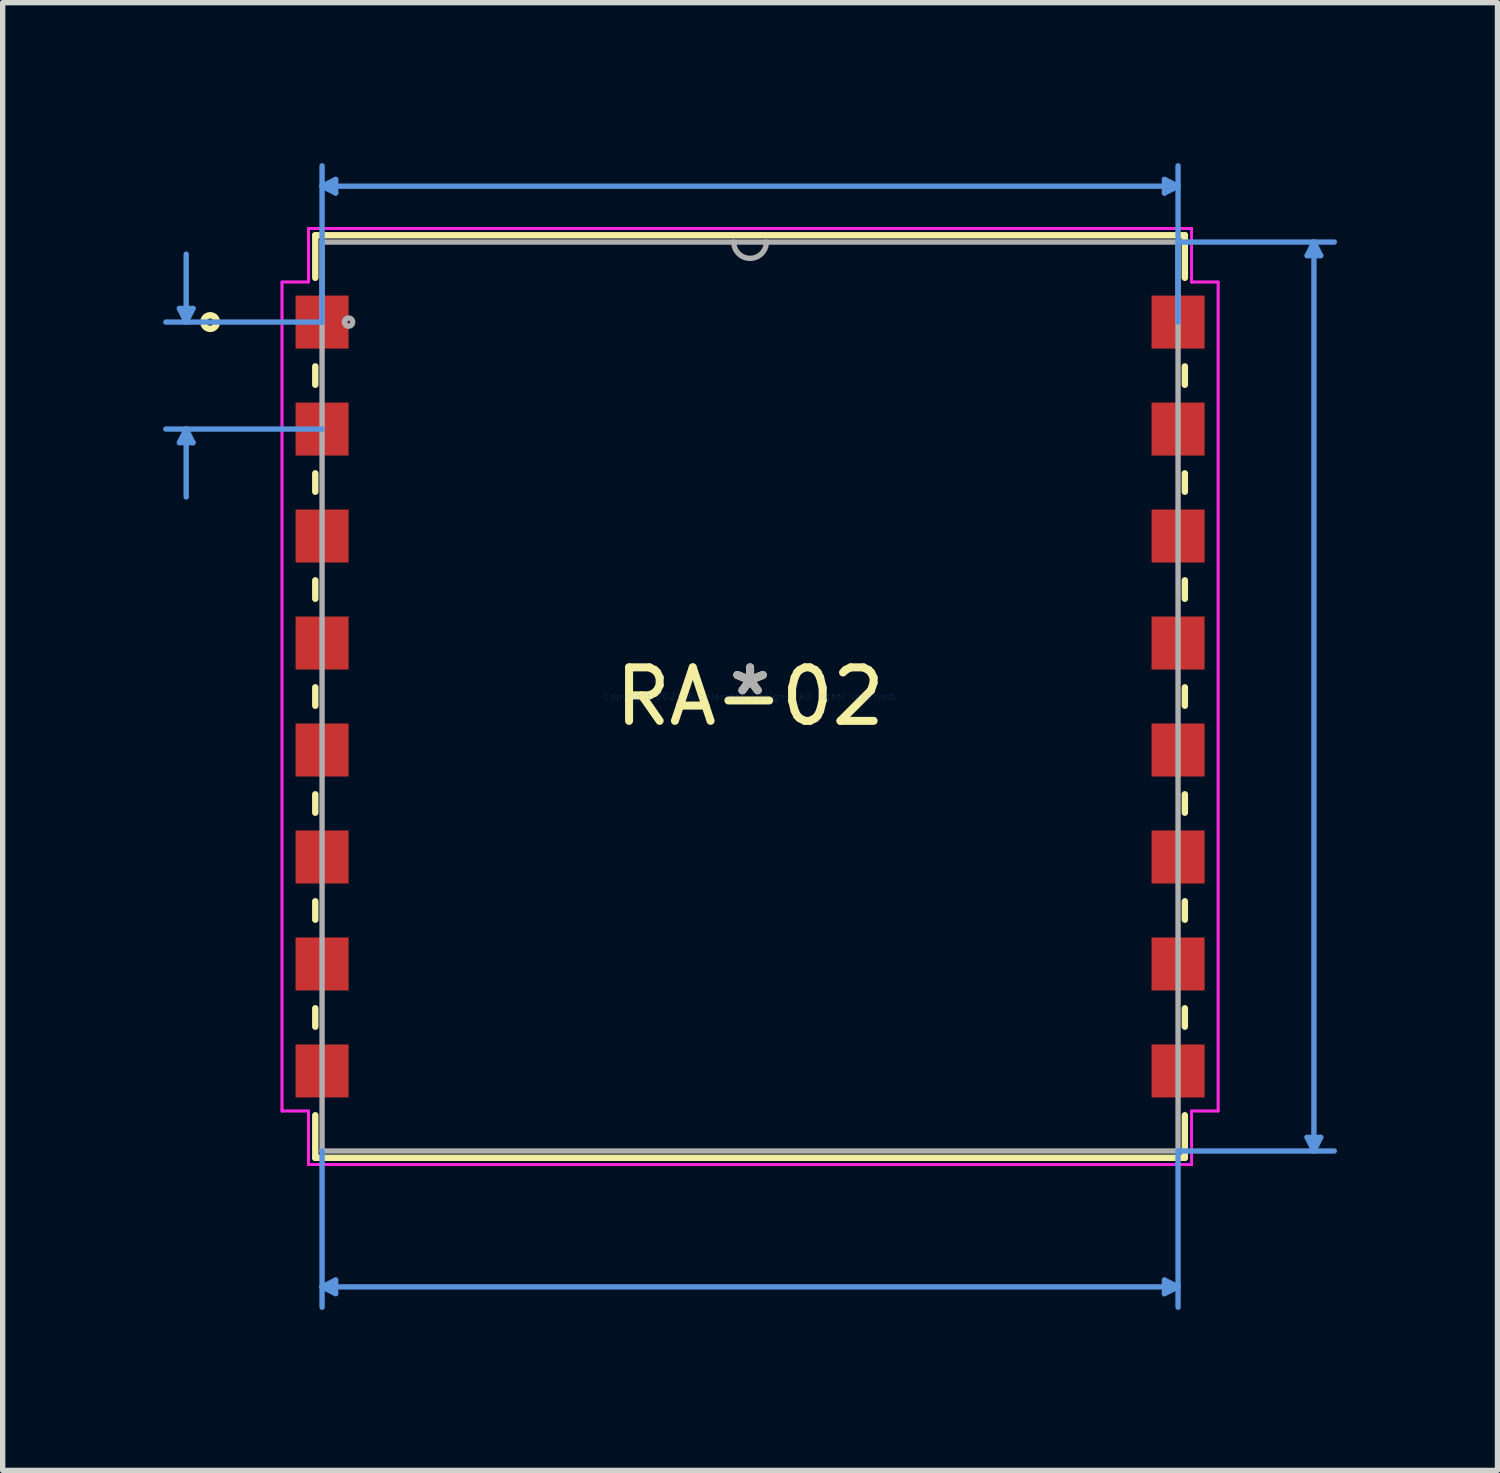
<source format=kicad_pcb>
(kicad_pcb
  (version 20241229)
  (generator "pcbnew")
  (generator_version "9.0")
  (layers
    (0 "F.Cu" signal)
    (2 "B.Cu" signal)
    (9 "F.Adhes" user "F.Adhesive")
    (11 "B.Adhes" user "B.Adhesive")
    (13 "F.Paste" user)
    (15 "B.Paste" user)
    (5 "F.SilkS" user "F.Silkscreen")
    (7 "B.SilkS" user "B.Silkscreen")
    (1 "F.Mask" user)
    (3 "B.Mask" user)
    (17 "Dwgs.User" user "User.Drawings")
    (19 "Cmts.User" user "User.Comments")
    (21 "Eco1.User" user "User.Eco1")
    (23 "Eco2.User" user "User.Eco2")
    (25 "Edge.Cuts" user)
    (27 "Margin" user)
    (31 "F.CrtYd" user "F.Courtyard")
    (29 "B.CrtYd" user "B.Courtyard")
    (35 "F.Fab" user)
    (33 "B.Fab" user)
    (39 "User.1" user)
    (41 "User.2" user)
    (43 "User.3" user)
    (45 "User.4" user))
  (footprint "RA-02"
    (layer "F.Cu")
    (at 10.972 9.971)
    (property "Reference" "RA-02" (at 0 0 0) (layer "F.SilkS") (effects (font (size 1 1) (thickness 0.15))))
    (attr through_hole)
    (fp_line (start -8.128 -8.623) (end -8.128 -7.828) (stroke (width 0.12) (type solid)) (layer "F.SilkS"))
    (fp_line (start -8.128 -6.172) (end -8.128 -5.828) (stroke (width 0.12) (type solid)) (layer "F.SilkS"))
    (fp_line (start -8.128 -4.172) (end -8.128 -3.828) (stroke (width 0.12) (type solid)) (layer "F.SilkS"))
    (fp_line (start -8.128 -2.172) (end -8.128 -1.828) (stroke (width 0.12) (type solid)) (layer "F.SilkS"))
    (fp_line (start -8.128 -0.172) (end -8.128 0.172) (stroke (width 0.12) (type solid)) (layer "F.SilkS"))
    (fp_line (start -8.128 1.828) (end -8.128 2.172) (stroke (width 0.12) (type solid)) (layer "F.SilkS"))
    (fp_line (start -8.128 3.828) (end -8.128 4.172) (stroke (width 0.12) (type solid)) (layer "F.SilkS"))
    (fp_line (start -8.128 5.828) (end -8.128 6.172) (stroke (width 0.12) (type solid)) (layer "F.SilkS"))
    (fp_line (start -8.128 7.828) (end -8.128 8.623) (stroke (width 0.12) (type solid)) (layer "F.SilkS"))
    (fp_line (start -8.128 8.623) (end 8.128 8.623) (stroke (width 0.12) (type solid)) (layer "F.SilkS"))
    (fp_line (start 8.128 -8.623) (end -8.128 -8.623) (stroke (width 0.12) (type solid)) (layer "F.SilkS"))
    (fp_line (start 8.128 -7.828) (end 8.128 -8.623) (stroke (width 0.12) (type solid)) (layer "F.SilkS"))
    (fp_line (start 8.128 -5.828) (end 8.128 -6.172) (stroke (width 0.12) (type solid)) (layer "F.SilkS"))
    (fp_line (start 8.128 -3.828) (end 8.128 -4.172) (stroke (width 0.12) (type solid)) (layer "F.SilkS"))
    (fp_line (start 8.128 -1.828) (end 8.128 -2.172) (stroke (width 0.12) (type solid)) (layer "F.SilkS"))
    (fp_line (start 8.128 0.172) (end 8.128 -0.172) (stroke (width 0.12) (type solid)) (layer "F.SilkS"))
    (fp_line (start 8.128 2.172) (end 8.128 1.828) (stroke (width 0.12) (type solid)) (layer "F.SilkS"))
    (fp_line (start 8.128 4.172) (end 8.128 3.828) (stroke (width 0.12) (type solid)) (layer "F.SilkS"))
    (fp_line (start 8.128 6.172) (end 8.128 5.828) (stroke (width 0.12) (type solid)) (layer "F.SilkS"))
    (fp_line (start 8.128 8.623) (end 8.128 7.828) (stroke (width 0.12) (type solid)) (layer "F.SilkS"))
    (fp_circle (center -10.093 -7) (end -9.966 -7) (stroke (width 0.12) (type solid)) (fill no) (layer "F.SilkS"))
    (fp_line (start -10.668 -7.254) (end -10.414 -7.254) (stroke (width 0.1) (type solid)) (layer "Cmts.User"))
    (fp_line (start -10.668 -4.746) (end -10.414 -4.746) (stroke (width 0.1) (type solid)) (layer "Cmts.User"))
    (fp_line (start -10.541 -7) (end -10.668 -7.254) (stroke (width 0.1) (type solid)) (layer "Cmts.User"))
    (fp_line (start -10.541 -7) (end -10.541 -8.27) (stroke (width 0.1) (type solid)) (layer "Cmts.User"))
    (fp_line (start -10.541 -7) (end -10.414 -7.254) (stroke (width 0.1) (type solid)) (layer "Cmts.User"))
    (fp_line (start -10.541 -5) (end -10.668 -4.746) (stroke (width 0.1) (type solid)) (layer "Cmts.User"))
    (fp_line (start -10.541 -5) (end -10.541 -3.73) (stroke (width 0.1) (type solid)) (layer "Cmts.User"))
    (fp_line (start -10.541 -5) (end -10.414 -4.746) (stroke (width 0.1) (type solid)) (layer "Cmts.User"))
    (fp_line (start -8.001 -9.54) (end -7.747 -9.667) (stroke (width 0.1) (type solid)) (layer "Cmts.User"))
    (fp_line (start -8.001 -9.54) (end -7.747 -9.413) (stroke (width 0.1) (type solid)) (layer "Cmts.User"))
    (fp_line (start -8.001 -9.54) (end 8.001 -9.54) (stroke (width 0.1) (type solid)) (layer "Cmts.User"))
    (fp_line (start -8.001 -7) (end -10.922 -7) (stroke (width 0.1) (type solid)) (layer "Cmts.User"))
    (fp_line (start -8.001 -7) (end -8.001 -9.921) (stroke (width 0.1) (type solid)) (layer "Cmts.User"))
    (fp_line (start -8.001 -5) (end -10.922 -5) (stroke (width 0.1) (type solid)) (layer "Cmts.User"))
    (fp_line (start -8.001 8.496) (end -8.001 11.417) (stroke (width 0.1) (type solid)) (layer "Cmts.User"))
    (fp_line (start -8.001 11.036) (end -7.747 10.909) (stroke (width 0.1) (type solid)) (layer "Cmts.User"))
    (fp_line (start -8.001 11.036) (end -7.747 11.163) (stroke (width 0.1) (type solid)) (layer "Cmts.User"))
    (fp_line (start -8.001 11.036) (end 8.001 11.036) (stroke (width 0.1) (type solid)) (layer "Cmts.User"))
    (fp_line (start -7.747 -9.667) (end -7.747 -9.413) (stroke (width 0.1) (type solid)) (layer "Cmts.User"))
    (fp_line (start -7.747 10.909) (end -7.747 11.163) (stroke (width 0.1) (type solid)) (layer "Cmts.User"))
    (fp_line (start 7.747 -9.667) (end 7.747 -9.413) (stroke (width 0.1) (type solid)) (layer "Cmts.User"))
    (fp_line (start 7.747 10.909) (end 7.747 11.163) (stroke (width 0.1) (type solid)) (layer "Cmts.User"))
    (fp_line (start 8.001 -9.54) (end 7.747 -9.667) (stroke (width 0.1) (type solid)) (layer "Cmts.User"))
    (fp_line (start 8.001 -9.54) (end 7.747 -9.413) (stroke (width 0.1) (type solid)) (layer "Cmts.User"))
    (fp_line (start 8.001 -8.496) (end 10.922 -8.496) (stroke (width 0.1) (type solid)) (layer "Cmts.User"))
    (fp_line (start 8.001 -7) (end 8.001 -9.921) (stroke (width 0.1) (type solid)) (layer "Cmts.User"))
    (fp_line (start 8.001 8.496) (end 8.001 11.417) (stroke (width 0.1) (type solid)) (layer "Cmts.User"))
    (fp_line (start 8.001 8.496) (end 10.922 8.496) (stroke (width 0.1) (type solid)) (layer "Cmts.User"))
    (fp_line (start 8.001 11.036) (end 7.747 10.909) (stroke (width 0.1) (type solid)) (layer "Cmts.User"))
    (fp_line (start 8.001 11.036) (end 7.747 11.163) (stroke (width 0.1) (type solid)) (layer "Cmts.User"))
    (fp_line (start 10.414 -8.242) (end 10.668 -8.242) (stroke (width 0.1) (type solid)) (layer "Cmts.User"))
    (fp_line (start 10.414 8.242) (end 10.668 8.242) (stroke (width 0.1) (type solid)) (layer "Cmts.User"))
    (fp_line (start 10.541 -8.496) (end 10.414 -8.242) (stroke (width 0.1) (type solid)) (layer "Cmts.User"))
    (fp_line (start 10.541 -8.496) (end 10.541 8.496) (stroke (width 0.1) (type solid)) (layer "Cmts.User"))
    (fp_line (start 10.541 -8.496) (end 10.668 -8.242) (stroke (width 0.1) (type solid)) (layer "Cmts.User"))
    (fp_line (start 10.541 8.496) (end 10.414 8.242) (stroke (width 0.1) (type solid)) (layer "Cmts.User"))
    (fp_line (start 10.541 8.496) (end 10.668 8.242) (stroke (width 0.1) (type solid)) (layer "Cmts.User"))
    (fp_line (start -8.75 -7.749) (end -8.255 -7.749) (stroke (width 0.05) (type solid)) (layer "F.CrtYd"))
    (fp_line (start -8.75 -7.749) (end -8.255 -7.749) (stroke (width 0.05) (type solid)) (layer "F.CrtYd"))
    (fp_line (start -8.75 7.749) (end -8.75 -7.749) (stroke (width 0.05) (type solid)) (layer "F.CrtYd"))
    (fp_line (start -8.75 7.749) (end -8.75 -7.749) (stroke (width 0.05) (type solid)) (layer "F.CrtYd"))
    (fp_line (start -8.75 7.749) (end -8.255 7.749) (stroke (width 0.05) (type solid)) (layer "F.CrtYd"))
    (fp_line (start -8.255 -8.75) (end 8.255 -8.75) (stroke (width 0.05) (type solid)) (layer "F.CrtYd"))
    (fp_line (start -8.255 -8.75) (end 8.255 -8.75) (stroke (width 0.05) (type solid)) (layer "F.CrtYd"))
    (fp_line (start -8.255 -7.749) (end -8.255 -8.75) (stroke (width 0.05) (type solid)) (layer "F.CrtYd"))
    (fp_line (start -8.255 -7.749) (end -8.255 -8.75) (stroke (width 0.05) (type solid)) (layer "F.CrtYd"))
    (fp_line (start -8.255 7.749) (end -8.75 7.749) (stroke (width 0.05) (type solid)) (layer "F.CrtYd"))
    (fp_line (start -8.255 8.75) (end -8.255 7.749) (stroke (width 0.05) (type solid)) (layer "F.CrtYd"))
    (fp_line (start -8.255 8.75) (end -8.255 7.749) (stroke (width 0.05) (type solid)) (layer "F.CrtYd"))
    (fp_line (start 8.255 -8.75) (end 8.255 -7.749) (stroke (width 0.05) (type solid)) (layer "F.CrtYd"))
    (fp_line (start 8.255 -8.75) (end 8.255 -7.749) (stroke (width 0.05) (type solid)) (layer "F.CrtYd"))
    (fp_line (start 8.255 -7.749) (end 8.75 -7.749) (stroke (width 0.05) (type solid)) (layer "F.CrtYd"))
    (fp_line (start 8.255 7.749) (end 8.255 8.75) (stroke (width 0.05) (type solid)) (layer "F.CrtYd"))
    (fp_line (start 8.255 7.749) (end 8.255 8.75) (stroke (width 0.05) (type solid)) (layer "F.CrtYd"))
    (fp_line (start 8.255 8.75) (end -8.255 8.75) (stroke (width 0.05) (type solid)) (layer "F.CrtYd"))
    (fp_line (start 8.255 8.75) (end -8.255 8.75) (stroke (width 0.05) (type solid)) (layer "F.CrtYd"))
    (fp_line (start 8.75 -7.749) (end 8.255 -7.749) (stroke (width 0.05) (type solid)) (layer "F.CrtYd"))
    (fp_line (start 8.75 -7.749) (end 8.75 7.749) (stroke (width 0.05) (type solid)) (layer "F.CrtYd"))
    (fp_line (start 8.75 -7.749) (end 8.75 7.749) (stroke (width 0.05) (type solid)) (layer "F.CrtYd"))
    (fp_line (start 8.75 7.749) (end 8.255 7.749) (stroke (width 0.05) (type solid)) (layer "F.CrtYd"))
    (fp_line (start 8.75 7.749) (end 8.255 7.749) (stroke (width 0.05) (type solid)) (layer "F.CrtYd"))
    (fp_line (start -8.001 -8.496) (end -8.001 8.496) (stroke (width 0.1) (type solid)) (layer "F.Fab"))
    (fp_line (start -8.001 8.496) (end 8.001 8.496) (stroke (width 0.1) (type solid)) (layer "F.Fab"))
    (fp_line (start 8.001 -8.496) (end -8.001 -8.496) (stroke (width 0.1) (type solid)) (layer "F.Fab"))
    (fp_line (start 8.001 8.496) (end 8.001 -8.496) (stroke (width 0.1) (type solid)) (layer "F.Fab"))
    (fp_arc (start 0.3048 -8.4963) (mid 0 -8.1915) (end -0.3048 -8.4963) (stroke (width 0.1) (type solid)) (layer "F.Fab"))
    (fp_circle (center -7.506 -7) (end -7.429 -7) (stroke (width 0.1) (type solid)) (fill no) (layer "F.Fab"))
    (fp_text user "*" (at 0 0 0) (layer "F.SilkS") (effects (font (size 1 1) (thickness 0.15))))
    (fp_text user "Copyright 2021 Accelerated Designs. All rights reserved." (at 0 0 0) (layer "Cmts.User") (effects (font (size 0.127 0.127) (thickness 0.002))))
    (fp_text user "*" (at 0 0 0) (layer "F.Fab") (effects (font (size 1 1) (thickness 0.15))))
    (pad "1" smd rect (at -8.001 -7) (size 0.991 0.991) (layers "F.Cu" "F.Mask" "F.Paste"))
    (pad "2" smd rect (at -8.001 -5) (size 0.991 0.991) (layers "F.Cu" "F.Mask" "F.Paste"))
    (pad "3" smd rect (at -8.001 -3) (size 0.991 0.991) (layers "F.Cu" "F.Mask" "F.Paste"))
    (pad "4" smd rect (at -8.001 -1) (size 0.991 0.991) (layers "F.Cu" "F.Mask" "F.Paste"))
    (pad "5" smd rect (at -8.001 1) (size 0.991 0.991) (layers "F.Cu" "F.Mask" "F.Paste"))
    (pad "6" smd rect (at -8.001 3) (size 0.991 0.991) (layers "F.Cu" "F.Mask" "F.Paste"))
    (pad "7" smd rect (at -8.001 5) (size 0.991 0.991) (layers "F.Cu" "F.Mask" "F.Paste"))
    (pad "8" smd rect (at -8.001 7) (size 0.991 0.991) (layers "F.Cu" "F.Mask" "F.Paste"))
    (pad "9" smd rect (at 8.001 7) (size 0.991 0.991) (layers "F.Cu" "F.Mask" "F.Paste"))
    (pad "10" smd rect (at 8.001 5) (size 0.991 0.991) (layers "F.Cu" "F.Mask" "F.Paste"))
    (pad "11" smd rect (at 8.001 3) (size 0.991 0.991) (layers "F.Cu" "F.Mask" "F.Paste"))
    (pad "12" smd rect (at 8.001 1) (size 0.991 0.991) (layers "F.Cu" "F.Mask" "F.Paste"))
    (pad "13" smd rect (at 8.001 -1) (size 0.991 0.991) (layers "F.Cu" "F.Mask" "F.Paste"))
    (pad "14" smd rect (at 8.001 -3) (size 0.991 0.991) (layers "F.Cu" "F.Mask" "F.Paste"))
    (pad "15" smd rect (at 8.001 -5) (size 0.991 0.991) (layers "F.Cu" "F.Mask" "F.Paste"))
    (pad "16" smd rect (at 8.001 -7) (size 0.991 0.991) (layers "F.Cu" "F.Mask" "F.Paste")))
  (gr_rect
    (start -3 -3)
    (end 24.944 24.438)
    (stroke (width 0.1) (type default))
    (fill no)
    (layer "Edge.Cuts")))
</source>
